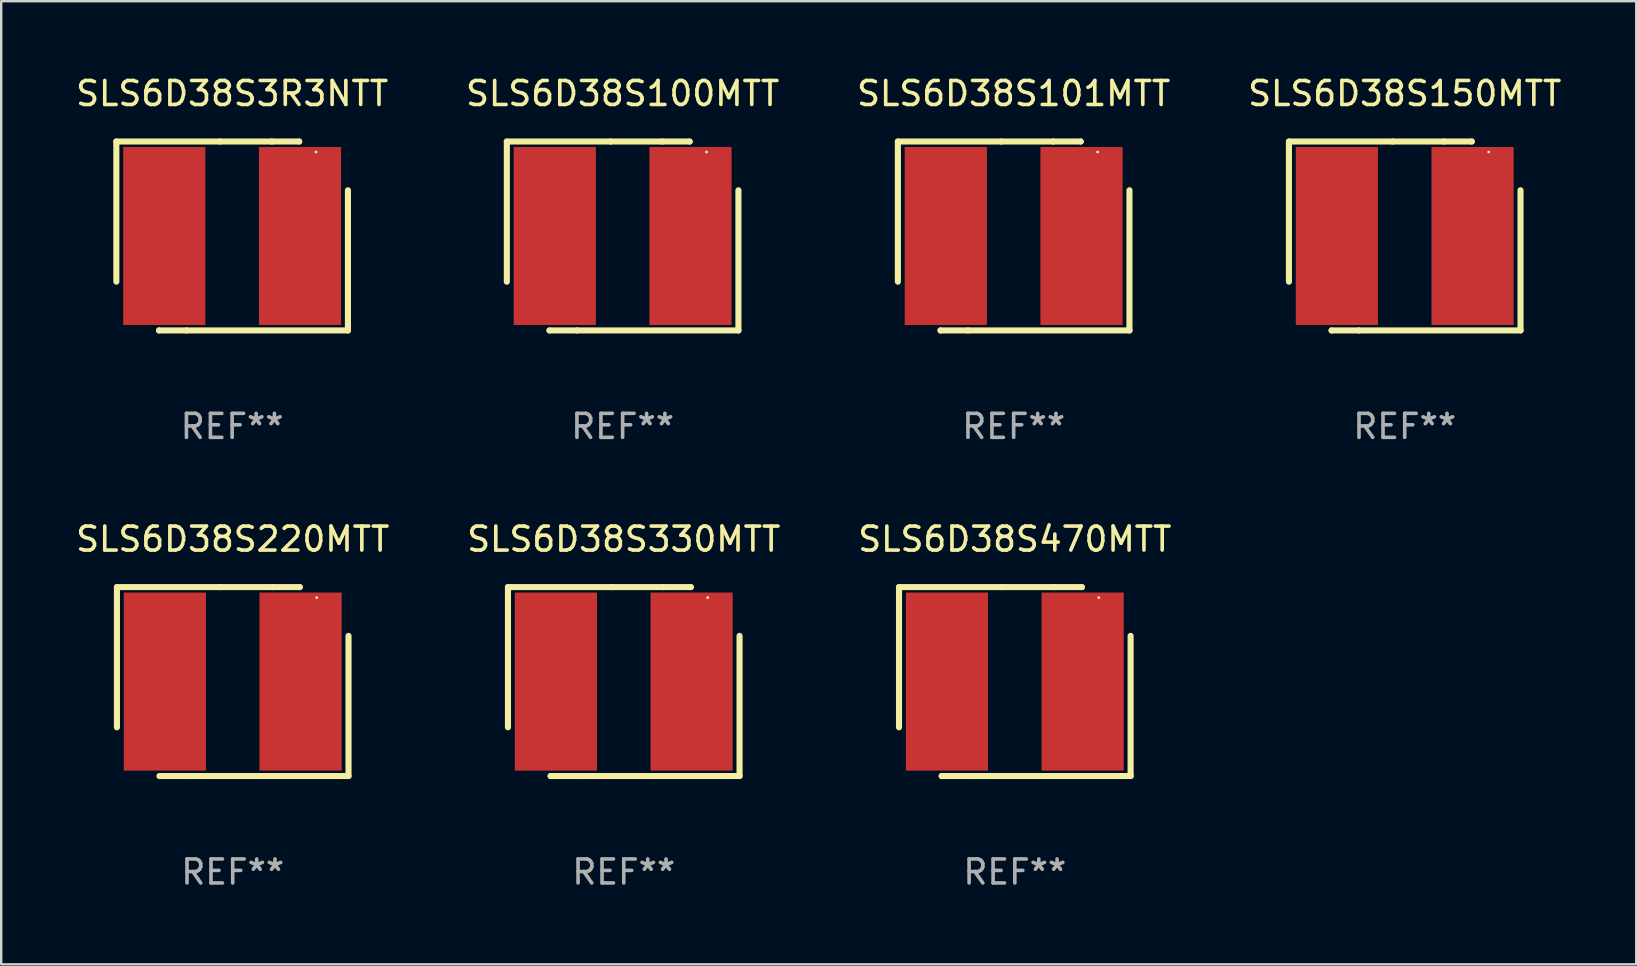
<source format=kicad_pcb>
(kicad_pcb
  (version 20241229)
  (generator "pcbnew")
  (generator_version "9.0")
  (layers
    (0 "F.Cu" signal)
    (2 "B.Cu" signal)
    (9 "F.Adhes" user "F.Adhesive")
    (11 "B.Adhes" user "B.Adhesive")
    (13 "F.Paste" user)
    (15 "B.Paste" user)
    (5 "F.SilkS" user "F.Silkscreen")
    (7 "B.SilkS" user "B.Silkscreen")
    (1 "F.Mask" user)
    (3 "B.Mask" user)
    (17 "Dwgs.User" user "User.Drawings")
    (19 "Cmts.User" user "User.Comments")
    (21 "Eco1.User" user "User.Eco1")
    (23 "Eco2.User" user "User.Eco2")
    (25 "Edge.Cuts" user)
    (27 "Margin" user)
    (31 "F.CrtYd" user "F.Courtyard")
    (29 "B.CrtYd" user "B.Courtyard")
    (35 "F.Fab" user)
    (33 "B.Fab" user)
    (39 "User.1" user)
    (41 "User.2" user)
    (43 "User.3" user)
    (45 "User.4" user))
  (footprint "SLS6D38S470MTT"
    (layer "F.Cu")
    (at 39.244 25.356)
    (property "Reference" "SLS6D38S470MTT" (at 0 -5.937 0) (layer "F.SilkS") (effects (font (size 1 1) (thickness 0.15))))
    (attr through_hole)
    (fp_line (start -4.826 -3.937) (end -0.508 -3.937) (stroke (width 0.254) (type solid)) (layer "F.SilkS"))
    (fp_line (start -4.826 1.905) (end -4.826 -3.937) (stroke (width 0.254) (type solid)) (layer "F.SilkS"))
    (fp_line (start -3.048 3.937) (end -3.048 3.937) (stroke (width 0.254) (type solid)) (layer "F.SilkS"))
    (fp_line (start -1.905 3.937) (end -3.048 3.937) (stroke (width 0.254) (type solid)) (layer "F.SilkS"))
    (fp_line (start -0.508 -3.937) (end 1.651 -3.937) (stroke (width 0.254) (type solid)) (layer "F.SilkS"))
    (fp_line (start 1.651 -3.937) (end 2.794 -3.937) (stroke (width 0.254) (type solid)) (layer "F.SilkS"))
    (fp_line (start 2.794 -3.937) (end 2.794 -3.937) (stroke (width 0.254) (type solid)) (layer "F.SilkS"))
    (fp_line (start 4.826 -1.905) (end 4.826 3.937) (stroke (width 0.254) (type solid)) (layer "F.SilkS"))
    (fp_line (start 4.826 3.937) (end -1.905 3.937) (stroke (width 0.254) (type solid)) (layer "F.SilkS"))
    (fp_circle (center 3.5 -3.5) (end 3.53 -3.5) (stroke (width 0.06) (type solid)) (fill no) (layer "F.SilkS"))
    (fp_text user "REF**" (at 0 7.937 0) (layer "F.Fab") (effects (font (size 1 1) (thickness 0.15))))
    (pad "1" smd rect (at 2.828 0) (size 3.424 7.42) (layers "F.Cu" "F.Mask" "F.Paste"))
    (pad "2" smd rect (at -2.828 0) (size 3.424 7.42) (layers "F.Cu" "F.Mask" "F.Paste")))
  (footprint "SLS6D38S3R3NTT"
    (layer "F.Cu")
    (at 6.625 6.785)
    (property "Reference" "SLS6D38S3R3NTT" (at 0 -5.937 0) (layer "F.SilkS") (effects (font (size 1 1) (thickness 0.15))))
    (attr through_hole)
    (fp_line (start -4.826 -3.937) (end -0.508 -3.937) (stroke (width 0.254) (type solid)) (layer "F.SilkS"))
    (fp_line (start -4.826 1.905) (end -4.826 -3.937) (stroke (width 0.254) (type solid)) (layer "F.SilkS"))
    (fp_line (start -3.048 3.937) (end -3.048 3.937) (stroke (width 0.254) (type solid)) (layer "F.SilkS"))
    (fp_line (start -1.905 3.937) (end -3.048 3.937) (stroke (width 0.254) (type solid)) (layer "F.SilkS"))
    (fp_line (start -0.508 -3.937) (end 1.651 -3.937) (stroke (width 0.254) (type solid)) (layer "F.SilkS"))
    (fp_line (start 1.651 -3.937) (end 2.794 -3.937) (stroke (width 0.254) (type solid)) (layer "F.SilkS"))
    (fp_line (start 2.794 -3.937) (end 2.794 -3.937) (stroke (width 0.254) (type solid)) (layer "F.SilkS"))
    (fp_line (start 4.826 -1.905) (end 4.826 3.937) (stroke (width 0.254) (type solid)) (layer "F.SilkS"))
    (fp_line (start 4.826 3.937) (end -1.905 3.937) (stroke (width 0.254) (type solid)) (layer "F.SilkS"))
    (fp_circle (center 3.5 -3.5) (end 3.53 -3.5) (stroke (width 0.06) (type solid)) (fill no) (layer "F.SilkS"))
    (fp_text user "REF**" (at 0 7.937 0) (layer "F.Fab") (effects (font (size 1 1) (thickness 0.15))))
    (pad "1" smd rect (at 2.828 0) (size 3.424 7.42) (layers "F.Cu" "F.Mask" "F.Paste"))
    (pad "2" smd rect (at -2.828 0) (size 3.424 7.42) (layers "F.Cu" "F.Mask" "F.Paste")))
  (footprint "SLS6D38S330MTT"
    (layer "F.Cu")
    (at 22.946 25.356)
    (property "Reference" "SLS6D38S330MTT" (at 0 -5.937 0) (layer "F.SilkS") (effects (font (size 1 1) (thickness 0.15))))
    (attr through_hole)
    (fp_line (start -4.826 -3.937) (end -0.508 -3.937) (stroke (width 0.254) (type solid)) (layer "F.SilkS"))
    (fp_line (start -4.826 1.905) (end -4.826 -3.937) (stroke (width 0.254) (type solid)) (layer "F.SilkS"))
    (fp_line (start -3.048 3.937) (end -3.048 3.937) (stroke (width 0.254) (type solid)) (layer "F.SilkS"))
    (fp_line (start -1.905 3.937) (end -3.048 3.937) (stroke (width 0.254) (type solid)) (layer "F.SilkS"))
    (fp_line (start -0.508 -3.937) (end 1.651 -3.937) (stroke (width 0.254) (type solid)) (layer "F.SilkS"))
    (fp_line (start 1.651 -3.937) (end 2.794 -3.937) (stroke (width 0.254) (type solid)) (layer "F.SilkS"))
    (fp_line (start 2.794 -3.937) (end 2.794 -3.937) (stroke (width 0.254) (type solid)) (layer "F.SilkS"))
    (fp_line (start 4.826 -1.905) (end 4.826 3.937) (stroke (width 0.254) (type solid)) (layer "F.SilkS"))
    (fp_line (start 4.826 3.937) (end -1.905 3.937) (stroke (width 0.254) (type solid)) (layer "F.SilkS"))
    (fp_circle (center 3.5 -3.5) (end 3.53 -3.5) (stroke (width 0.06) (type solid)) (fill no) (layer "F.SilkS"))
    (fp_text user "REF**" (at 0 7.937 0) (layer "F.Fab") (effects (font (size 1 1) (thickness 0.15))))
    (pad "1" smd rect (at 2.828 0) (size 3.424 7.42) (layers "F.Cu" "F.Mask" "F.Paste"))
    (pad "2" smd rect (at -2.828 0) (size 3.424 7.42) (layers "F.Cu" "F.Mask" "F.Paste")))
  (footprint "SLS6D38S101MTT"
    (layer "F.Cu")
    (at 39.196 6.785)
    (property "Reference" "SLS6D38S101MTT" (at 0 -5.937 0) (layer "F.SilkS") (effects (font (size 1 1) (thickness 0.15))))
    (attr through_hole)
    (fp_line (start -4.826 -3.937) (end -0.508 -3.937) (stroke (width 0.254) (type solid)) (layer "F.SilkS"))
    (fp_line (start -4.826 1.905) (end -4.826 -3.937) (stroke (width 0.254) (type solid)) (layer "F.SilkS"))
    (fp_line (start -3.048 3.937) (end -3.048 3.937) (stroke (width 0.254) (type solid)) (layer "F.SilkS"))
    (fp_line (start -1.905 3.937) (end -3.048 3.937) (stroke (width 0.254) (type solid)) (layer "F.SilkS"))
    (fp_line (start -0.508 -3.937) (end 1.651 -3.937) (stroke (width 0.254) (type solid)) (layer "F.SilkS"))
    (fp_line (start 1.651 -3.937) (end 2.794 -3.937) (stroke (width 0.254) (type solid)) (layer "F.SilkS"))
    (fp_line (start 2.794 -3.937) (end 2.794 -3.937) (stroke (width 0.254) (type solid)) (layer "F.SilkS"))
    (fp_line (start 4.826 -1.905) (end 4.826 3.937) (stroke (width 0.254) (type solid)) (layer "F.SilkS"))
    (fp_line (start 4.826 3.937) (end -1.905 3.937) (stroke (width 0.254) (type solid)) (layer "F.SilkS"))
    (fp_circle (center 3.5 -3.5) (end 3.53 -3.5) (stroke (width 0.06) (type solid)) (fill no) (layer "F.SilkS"))
    (fp_text user "REF**" (at 0 7.937 0) (layer "F.Fab") (effects (font (size 1 1) (thickness 0.15))))
    (pad "1" smd rect (at 2.828 0) (size 3.424 7.42) (layers "F.Cu" "F.Mask" "F.Paste"))
    (pad "2" smd rect (at -2.828 0) (size 3.424 7.42) (layers "F.Cu" "F.Mask" "F.Paste")))
  (footprint "SLS6D38S100MTT"
    (layer "F.Cu")
    (at 22.899 6.785)
    (property "Reference" "SLS6D38S100MTT" (at 0 -5.937 0) (layer "F.SilkS") (effects (font (size 1 1) (thickness 0.15))))
    (attr through_hole)
    (fp_line (start -4.826 -3.937) (end -0.508 -3.937) (stroke (width 0.254) (type solid)) (layer "F.SilkS"))
    (fp_line (start -4.826 1.905) (end -4.826 -3.937) (stroke (width 0.254) (type solid)) (layer "F.SilkS"))
    (fp_line (start -3.048 3.937) (end -3.048 3.937) (stroke (width 0.254) (type solid)) (layer "F.SilkS"))
    (fp_line (start -1.905 3.937) (end -3.048 3.937) (stroke (width 0.254) (type solid)) (layer "F.SilkS"))
    (fp_line (start -0.508 -3.937) (end 1.651 -3.937) (stroke (width 0.254) (type solid)) (layer "F.SilkS"))
    (fp_line (start 1.651 -3.937) (end 2.794 -3.937) (stroke (width 0.254) (type solid)) (layer "F.SilkS"))
    (fp_line (start 2.794 -3.937) (end 2.794 -3.937) (stroke (width 0.254) (type solid)) (layer "F.SilkS"))
    (fp_line (start 4.826 -1.905) (end 4.826 3.937) (stroke (width 0.254) (type solid)) (layer "F.SilkS"))
    (fp_line (start 4.826 3.937) (end -1.905 3.937) (stroke (width 0.254) (type solid)) (layer "F.SilkS"))
    (fp_circle (center 3.5 -3.5) (end 3.53 -3.5) (stroke (width 0.06) (type solid)) (fill no) (layer "F.SilkS"))
    (fp_text user "REF**" (at 0 7.937 0) (layer "F.Fab") (effects (font (size 1 1) (thickness 0.15))))
    (pad "1" smd rect (at 2.828 0) (size 3.424 7.42) (layers "F.Cu" "F.Mask" "F.Paste"))
    (pad "2" smd rect (at -2.828 0) (size 3.424 7.42) (layers "F.Cu" "F.Mask" "F.Paste")))
  (footprint "SLS6D38S220MTT"
    (layer "F.Cu")
    (at 6.649 25.356)
    (property "Reference" "SLS6D38S220MTT" (at 0 -5.937 0) (layer "F.SilkS") (effects (font (size 1 1) (thickness 0.15))))
    (attr through_hole)
    (fp_line (start -4.826 -3.937) (end -0.508 -3.937) (stroke (width 0.254) (type solid)) (layer "F.SilkS"))
    (fp_line (start -4.826 1.905) (end -4.826 -3.937) (stroke (width 0.254) (type solid)) (layer "F.SilkS"))
    (fp_line (start -3.048 3.937) (end -3.048 3.937) (stroke (width 0.254) (type solid)) (layer "F.SilkS"))
    (fp_line (start -1.905 3.937) (end -3.048 3.937) (stroke (width 0.254) (type solid)) (layer "F.SilkS"))
    (fp_line (start -0.508 -3.937) (end 1.651 -3.937) (stroke (width 0.254) (type solid)) (layer "F.SilkS"))
    (fp_line (start 1.651 -3.937) (end 2.794 -3.937) (stroke (width 0.254) (type solid)) (layer "F.SilkS"))
    (fp_line (start 2.794 -3.937) (end 2.794 -3.937) (stroke (width 0.254) (type solid)) (layer "F.SilkS"))
    (fp_line (start 4.826 -1.905) (end 4.826 3.937) (stroke (width 0.254) (type solid)) (layer "F.SilkS"))
    (fp_line (start 4.826 3.937) (end -1.905 3.937) (stroke (width 0.254) (type solid)) (layer "F.SilkS"))
    (fp_circle (center 3.5 -3.5) (end 3.53 -3.5) (stroke (width 0.06) (type solid)) (fill no) (layer "F.SilkS"))
    (fp_text user "REF**" (at 0 7.937 0) (layer "F.Fab") (effects (font (size 1 1) (thickness 0.15))))
    (pad "1" smd rect (at 2.828 0) (size 3.424 7.42) (layers "F.Cu" "F.Mask" "F.Paste"))
    (pad "2" smd rect (at -2.828 0) (size 3.424 7.42) (layers "F.Cu" "F.Mask" "F.Paste")))
  (footprint "SLS6D38S150MTT"
    (layer "F.Cu")
    (at 55.494 6.785)
    (property "Reference" "SLS6D38S150MTT" (at 0 -5.937 0) (layer "F.SilkS") (effects (font (size 1 1) (thickness 0.15))))
    (attr through_hole)
    (fp_line (start -4.826 -3.937) (end -0.508 -3.937) (stroke (width 0.254) (type solid)) (layer "F.SilkS"))
    (fp_line (start -4.826 1.905) (end -4.826 -3.937) (stroke (width 0.254) (type solid)) (layer "F.SilkS"))
    (fp_line (start -3.048 3.937) (end -3.048 3.937) (stroke (width 0.254) (type solid)) (layer "F.SilkS"))
    (fp_line (start -1.905 3.937) (end -3.048 3.937) (stroke (width 0.254) (type solid)) (layer "F.SilkS"))
    (fp_line (start -0.508 -3.937) (end 1.651 -3.937) (stroke (width 0.254) (type solid)) (layer "F.SilkS"))
    (fp_line (start 1.651 -3.937) (end 2.794 -3.937) (stroke (width 0.254) (type solid)) (layer "F.SilkS"))
    (fp_line (start 2.794 -3.937) (end 2.794 -3.937) (stroke (width 0.254) (type solid)) (layer "F.SilkS"))
    (fp_line (start 4.826 -1.905) (end 4.826 3.937) (stroke (width 0.254) (type solid)) (layer "F.SilkS"))
    (fp_line (start 4.826 3.937) (end -1.905 3.937) (stroke (width 0.254) (type solid)) (layer "F.SilkS"))
    (fp_circle (center 3.5 -3.5) (end 3.53 -3.5) (stroke (width 0.06) (type solid)) (fill no) (layer "F.SilkS"))
    (fp_text user "REF**" (at 0 7.937 0) (layer "F.Fab") (effects (font (size 1 1) (thickness 0.15))))
    (pad "1" smd rect (at 2.828 0) (size 3.424 7.42) (layers "F.Cu" "F.Mask" "F.Paste"))
    (pad "2" smd rect (at -2.828 0) (size 3.424 7.42) (layers "F.Cu" "F.Mask" "F.Paste")))
  (gr_rect
    (start -3 -3)
    (end 65.143 37.141)
    (stroke (width 0.1) (type default))
    (fill no)
    (layer "Edge.Cuts")))
</source>
